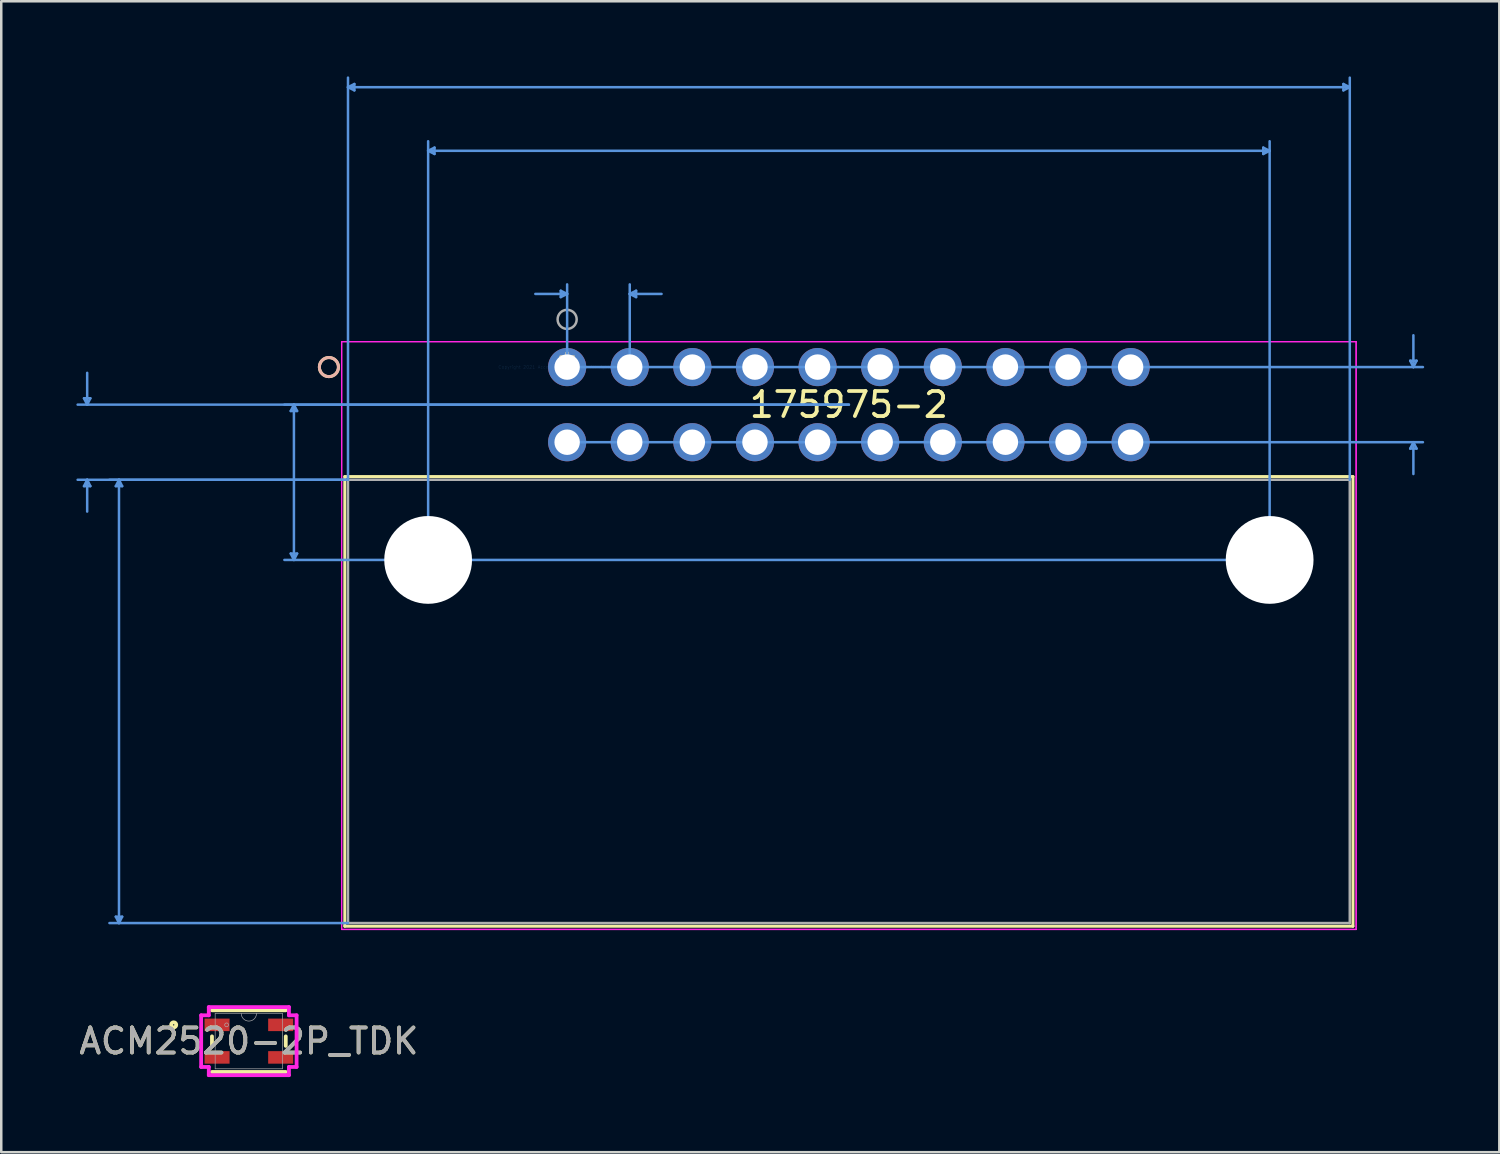
<source format=kicad_pcb>
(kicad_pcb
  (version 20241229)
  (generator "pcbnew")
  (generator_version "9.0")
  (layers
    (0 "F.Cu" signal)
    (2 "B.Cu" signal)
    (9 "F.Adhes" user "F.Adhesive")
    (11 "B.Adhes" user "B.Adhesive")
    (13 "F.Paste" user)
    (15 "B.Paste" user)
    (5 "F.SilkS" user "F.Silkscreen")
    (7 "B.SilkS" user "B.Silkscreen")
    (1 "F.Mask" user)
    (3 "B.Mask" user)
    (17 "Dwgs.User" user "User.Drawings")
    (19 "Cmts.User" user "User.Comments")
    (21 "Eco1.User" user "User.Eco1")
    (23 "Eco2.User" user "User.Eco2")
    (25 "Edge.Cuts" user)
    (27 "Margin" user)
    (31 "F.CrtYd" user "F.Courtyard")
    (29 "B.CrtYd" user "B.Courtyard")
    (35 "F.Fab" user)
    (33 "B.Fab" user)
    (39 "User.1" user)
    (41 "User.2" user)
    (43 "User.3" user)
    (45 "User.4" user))
  (footprint "175975-2"
    (layer "F.Cu")
    (at 19.595 11.607)
    (property "Reference" "175975-2" (at 11.25 1.5 0) (layer "F.SilkS") (effects (font (size 1 1) (thickness 0.15))))
    (attr through_hole)
    (fp_line (start -8.877 4.373) (end -8.877 22.327) (stroke (width 0.12) (type solid)) (layer "F.SilkS"))
    (fp_line (start -8.877 22.327) (end 31.377 22.327) (stroke (width 0.12) (type solid)) (layer "F.SilkS"))
    (fp_line (start 31.377 4.373) (end -8.877 4.373) (stroke (width 0.12) (type solid)) (layer "F.SilkS"))
    (fp_line (start 31.377 22.327) (end 31.377 4.373) (stroke (width 0.12) (type solid)) (layer "F.SilkS"))
    (fp_circle (center -9.512 0) (end -9.131 0) (stroke (width 0.12) (type solid)) (fill no) (layer "F.SilkS"))
    (fp_circle (center -9.512 0) (end -9.131 0) (stroke (width 0.12) (type solid)) (fill no) (layer "B.SilkS"))
    (fp_line (start -19.291 1.246) (end -19.037 1.246) (stroke (width 0.1) (type solid)) (layer "Cmts.User"))
    (fp_line (start -19.291 4.754) (end -19.037 4.754) (stroke (width 0.1) (type solid)) (layer "Cmts.User"))
    (fp_line (start -19.164 1.5) (end -19.291 1.246) (stroke (width 0.1) (type solid)) (layer "Cmts.User"))
    (fp_line (start -19.164 1.5) (end -19.164 0.23) (stroke (width 0.1) (type solid)) (layer "Cmts.User"))
    (fp_line (start -19.164 1.5) (end -19.037 1.246) (stroke (width 0.1) (type solid)) (layer "Cmts.User"))
    (fp_line (start -19.164 4.5) (end -19.291 4.754) (stroke (width 0.1) (type solid)) (layer "Cmts.User"))
    (fp_line (start -19.164 4.5) (end -19.164 5.77) (stroke (width 0.1) (type solid)) (layer "Cmts.User"))
    (fp_line (start -19.164 4.5) (end -19.037 4.754) (stroke (width 0.1) (type solid)) (layer "Cmts.User"))
    (fp_line (start -18.021 4.754) (end -17.767 4.754) (stroke (width 0.1) (type solid)) (layer "Cmts.User"))
    (fp_line (start -18.021 21.946) (end -17.767 21.946) (stroke (width 0.1) (type solid)) (layer "Cmts.User"))
    (fp_line (start -17.894 4.5) (end -18.021 4.754) (stroke (width 0.1) (type solid)) (layer "Cmts.User"))
    (fp_line (start -17.894 4.5) (end -17.894 22.2) (stroke (width 0.1) (type solid)) (layer "Cmts.User"))
    (fp_line (start -17.894 4.5) (end -17.767 4.754) (stroke (width 0.1) (type solid)) (layer "Cmts.User"))
    (fp_line (start -17.894 22.2) (end -18.021 21.946) (stroke (width 0.1) (type solid)) (layer "Cmts.User"))
    (fp_line (start -17.894 22.2) (end -17.767 21.946) (stroke (width 0.1) (type solid)) (layer "Cmts.User"))
    (fp_line (start -11.036 1.754) (end -10.782 1.754) (stroke (width 0.1) (type solid)) (layer "Cmts.User"))
    (fp_line (start -11.036 7.446) (end -10.782 7.446) (stroke (width 0.1) (type solid)) (layer "Cmts.User"))
    (fp_line (start -10.909 1.5) (end -11.036 1.754) (stroke (width 0.1) (type solid)) (layer "Cmts.User"))
    (fp_line (start -10.909 1.5) (end -10.909 7.7) (stroke (width 0.1) (type solid)) (layer "Cmts.User"))
    (fp_line (start -10.909 1.5) (end -10.782 1.754) (stroke (width 0.1) (type solid)) (layer "Cmts.User"))
    (fp_line (start -10.909 7.7) (end -11.036 7.446) (stroke (width 0.1) (type solid)) (layer "Cmts.User"))
    (fp_line (start -10.909 7.7) (end -10.782 7.446) (stroke (width 0.1) (type solid)) (layer "Cmts.User"))
    (fp_line (start -8.75 -11.176) (end -8.496 -11.303) (stroke (width 0.1) (type solid)) (layer "Cmts.User"))
    (fp_line (start -8.75 -11.176) (end -8.496 -11.049) (stroke (width 0.1) (type solid)) (layer "Cmts.User"))
    (fp_line (start -8.75 -11.176) (end 31.25 -11.176) (stroke (width 0.1) (type solid)) (layer "Cmts.User"))
    (fp_line (start -8.75 4.5) (end -19.545 4.5) (stroke (width 0.1) (type solid)) (layer "Cmts.User"))
    (fp_line (start -8.75 4.5) (end -18.275 4.5) (stroke (width 0.1) (type solid)) (layer "Cmts.User"))
    (fp_line (start -8.75 4.5) (end -8.75 -11.557) (stroke (width 0.1) (type solid)) (layer "Cmts.User"))
    (fp_line (start -8.75 22.2) (end -18.275 22.2) (stroke (width 0.1) (type solid)) (layer "Cmts.User"))
    (fp_line (start -8.496 -11.303) (end -8.496 -11.049) (stroke (width 0.1) (type solid)) (layer "Cmts.User"))
    (fp_line (start -5.55 -8.636) (end -5.296 -8.763) (stroke (width 0.1) (type solid)) (layer "Cmts.User"))
    (fp_line (start -5.55 -8.636) (end -5.296 -8.509) (stroke (width 0.1) (type solid)) (layer "Cmts.User"))
    (fp_line (start -5.55 -8.636) (end 28.05 -8.636) (stroke (width 0.1) (type solid)) (layer "Cmts.User"))
    (fp_line (start -5.55 7.7) (end -5.55 -9.017) (stroke (width 0.1) (type solid)) (layer "Cmts.User"))
    (fp_line (start -5.296 -8.763) (end -5.296 -8.509) (stroke (width 0.1) (type solid)) (layer "Cmts.User"))
    (fp_line (start -0.254 -3.048) (end -0.254 -2.794) (stroke (width 0.1) (type solid)) (layer "Cmts.User"))
    (fp_line (start 0 -2.921) (end -1.27 -2.921) (stroke (width 0.1) (type solid)) (layer "Cmts.User"))
    (fp_line (start 0 -2.921) (end -0.254 -3.048) (stroke (width 0.1) (type solid)) (layer "Cmts.User"))
    (fp_line (start 0 -2.921) (end -0.254 -2.794) (stroke (width 0.1) (type solid)) (layer "Cmts.User"))
    (fp_line (start 0 0) (end 0 -3.302) (stroke (width 0.1) (type solid)) (layer "Cmts.User"))
    (fp_line (start 0 0) (end 34.171 0) (stroke (width 0.1) (type solid)) (layer "Cmts.User"))
    (fp_line (start 0 3) (end 34.171 3) (stroke (width 0.1) (type solid)) (layer "Cmts.User"))
    (fp_line (start 2.5 -2.921) (end 2.754 -3.048) (stroke (width 0.1) (type solid)) (layer "Cmts.User"))
    (fp_line (start 2.5 -2.921) (end 2.754 -2.794) (stroke (width 0.1) (type solid)) (layer "Cmts.User"))
    (fp_line (start 2.5 -2.921) (end 3.77 -2.921) (stroke (width 0.1) (type solid)) (layer "Cmts.User"))
    (fp_line (start 2.5 0) (end 2.5 -3.302) (stroke (width 0.1) (type solid)) (layer "Cmts.User"))
    (fp_line (start 2.754 -3.048) (end 2.754 -2.794) (stroke (width 0.1) (type solid)) (layer "Cmts.User"))
    (fp_line (start 11.25 1.5) (end -19.545 1.5) (stroke (width 0.1) (type solid)) (layer "Cmts.User"))
    (fp_line (start 11.25 1.5) (end -11.29 1.5) (stroke (width 0.1) (type solid)) (layer "Cmts.User"))
    (fp_line (start 27.796 -8.763) (end 27.796 -8.509) (stroke (width 0.1) (type solid)) (layer "Cmts.User"))
    (fp_line (start 28.05 -8.636) (end 27.796 -8.763) (stroke (width 0.1) (type solid)) (layer "Cmts.User"))
    (fp_line (start 28.05 -8.636) (end 27.796 -8.509) (stroke (width 0.1) (type solid)) (layer "Cmts.User"))
    (fp_line (start 28.05 7.7) (end -11.29 7.7) (stroke (width 0.1) (type solid)) (layer "Cmts.User"))
    (fp_line (start 28.05 7.7) (end 28.05 -9.017) (stroke (width 0.1) (type solid)) (layer "Cmts.User"))
    (fp_line (start 30.996 -11.303) (end 30.996 -11.049) (stroke (width 0.1) (type solid)) (layer "Cmts.User"))
    (fp_line (start 31.25 -11.176) (end 30.996 -11.303) (stroke (width 0.1) (type solid)) (layer "Cmts.User"))
    (fp_line (start 31.25 -11.176) (end 30.996 -11.049) (stroke (width 0.1) (type solid)) (layer "Cmts.User"))
    (fp_line (start 31.25 4.5) (end 31.25 -11.557) (stroke (width 0.1) (type solid)) (layer "Cmts.User"))
    (fp_line (start 33.663 -0.254) (end 33.917 -0.254) (stroke (width 0.1) (type solid)) (layer "Cmts.User"))
    (fp_line (start 33.663 3.254) (end 33.917 3.254) (stroke (width 0.1) (type solid)) (layer "Cmts.User"))
    (fp_line (start 33.79 0) (end 33.663 -0.254) (stroke (width 0.1) (type solid)) (layer "Cmts.User"))
    (fp_line (start 33.79 0) (end 33.79 -1.27) (stroke (width 0.1) (type solid)) (layer "Cmts.User"))
    (fp_line (start 33.79 0) (end 33.917 -0.254) (stroke (width 0.1) (type solid)) (layer "Cmts.User"))
    (fp_line (start 33.79 3) (end 33.663 3.254) (stroke (width 0.1) (type solid)) (layer "Cmts.User"))
    (fp_line (start 33.79 3) (end 33.79 4.27) (stroke (width 0.1) (type solid)) (layer "Cmts.User"))
    (fp_line (start 33.79 3) (end 33.917 3.254) (stroke (width 0.1) (type solid)) (layer "Cmts.User"))
    (fp_line (start -9.004 -1.016) (end -9.004 22.454) (stroke (width 0.05) (type solid)) (layer "F.CrtYd"))
    (fp_line (start -9.004 -1.016) (end -9.004 22.454) (stroke (width 0.05) (type solid)) (layer "F.CrtYd"))
    (fp_line (start -9.004 22.454) (end 31.504 22.454) (stroke (width 0.05) (type solid)) (layer "F.CrtYd"))
    (fp_line (start -9.004 22.454) (end 31.504 22.454) (stroke (width 0.05) (type solid)) (layer "F.CrtYd"))
    (fp_line (start 31.504 -1.016) (end -9.004 -1.016) (stroke (width 0.05) (type solid)) (layer "F.CrtYd"))
    (fp_line (start 31.504 -1.016) (end -9.004 -1.016) (stroke (width 0.05) (type solid)) (layer "F.CrtYd"))
    (fp_line (start 31.504 22.454) (end 31.504 -1.016) (stroke (width 0.05) (type solid)) (layer "F.CrtYd"))
    (fp_line (start 31.504 22.454) (end 31.504 -1.016) (stroke (width 0.05) (type solid)) (layer "F.CrtYd"))
    (fp_line (start -8.75 4.5) (end -8.75 22.2) (stroke (width 0.1) (type solid)) (layer "F.Fab"))
    (fp_line (start -8.75 22.2) (end 31.25 22.2) (stroke (width 0.1) (type solid)) (layer "F.Fab"))
    (fp_line (start 31.25 4.5) (end -8.75 4.5) (stroke (width 0.1) (type solid)) (layer "F.Fab"))
    (fp_line (start 31.25 22.2) (end 31.25 4.5) (stroke (width 0.1) (type solid)) (layer "F.Fab"))
    (fp_circle (center 0 -1.905) (end 0.381 -1.905) (stroke (width 0.1) (type solid)) (fill no) (layer "F.Fab"))
    (fp_text user "*" (at 0 0 0) (layer "F.SilkS") (effects (font (size 1 1) (thickness 0.15))))
    (fp_text user "Copyright 2021 Accelerated Designs. All rights reserved." (at 0 0 0) (layer "Cmts.User") (effects (font (size 0.127 0.127) (thickness 0.002))))
    (fp_text user "*" (at 0 0 0) (layer "F.Fab") (effects (font (size 1 1) (thickness 0.15))))
    (pad "" np_thru_hole circle (at -5.55 7.7) (size 3.505 3.505) (drill 3.505) (layers "*.Cu" "*.Mask"))
    (pad "" np_thru_hole circle (at 28.05 7.7) (size 3.505 3.505) (drill 3.505) (layers "*.Cu" "*.Mask"))
    (pad "1" thru_hole circle (at 0 0) (size 1.524 1.524) (drill 1.016) (layers "*.Cu" "*.Mask"))
    (pad "2" thru_hole circle (at 2.5 0) (size 1.524 1.524) (drill 1.016) (layers "*.Cu" "*.Mask"))
    (pad "3" thru_hole circle (at 5 0) (size 1.524 1.524) (drill 1.016) (layers "*.Cu" "*.Mask"))
    (pad "4" thru_hole circle (at 7.5 0) (size 1.524 1.524) (drill 1.016) (layers "*.Cu" "*.Mask"))
    (pad "5" thru_hole circle (at 10 0) (size 1.524 1.524) (drill 1.016) (layers "*.Cu" "*.Mask"))
    (pad "6" thru_hole circle (at 12.5 0) (size 1.524 1.524) (drill 1.016) (layers "*.Cu" "*.Mask"))
    (pad "7" thru_hole circle (at 15 0) (size 1.524 1.524) (drill 1.016) (layers "*.Cu" "*.Mask"))
    (pad "8" thru_hole circle (at 17.5 0) (size 1.524 1.524) (drill 1.016) (layers "*.Cu" "*.Mask"))
    (pad "9" thru_hole circle (at 20 0) (size 1.524 1.524) (drill 1.016) (layers "*.Cu" "*.Mask"))
    (pad "10" thru_hole circle (at 22.5 0) (size 1.524 1.524) (drill 1.016) (layers "*.Cu" "*.Mask"))
    (pad "11" thru_hole circle (at 0 3) (size 1.524 1.524) (drill 1.016) (layers "*.Cu" "*.Mask"))
    (pad "12" thru_hole circle (at 2.5 3) (size 1.524 1.524) (drill 1.016) (layers "*.Cu" "*.Mask"))
    (pad "13" thru_hole circle (at 5 3) (size 1.524 1.524) (drill 1.016) (layers "*.Cu" "*.Mask"))
    (pad "14" thru_hole circle (at 7.5 3) (size 1.524 1.524) (drill 1.016) (layers "*.Cu" "*.Mask"))
    (pad "15" thru_hole circle (at 10 3) (size 1.524 1.524) (drill 1.016) (layers "*.Cu" "*.Mask"))
    (pad "16" thru_hole circle (at 12.5 3) (size 1.524 1.524) (drill 1.016) (layers "*.Cu" "*.Mask"))
    (pad "17" thru_hole circle (at 15 3) (size 1.524 1.524) (drill 1.016) (layers "*.Cu" "*.Mask"))
    (pad "18" thru_hole circle (at 17.5 3) (size 1.524 1.524) (drill 1.016) (layers "*.Cu" "*.Mask"))
    (pad "19" thru_hole circle (at 20 3) (size 1.524 1.524) (drill 1.016) (layers "*.Cu" "*.Mask"))
    (pad "20" thru_hole circle (at 22.5 3) (size 1.524 1.524) (drill 1.016) (layers "*.Cu" "*.Mask")))
  (footprint "ACM2520-2P_TDK"
    (layer "F.Cu")
    (at 6.887 38.521)
    (property "Reference" "ACM2520-2P_TDK" (at 0 0 0) (unlocked yes) (layer "F.SilkS") (effects (font (size 1 1) (thickness 0.15))))
    (attr smd)
    (fp_line (start -1.473 -0.19) (end -1.473 0.19) (stroke (width 0.152) (type solid)) (layer "F.SilkS"))
    (fp_line (start -1.473 1.232) (end 1.473 1.232) (stroke (width 0.152) (type solid)) (layer "F.SilkS"))
    (fp_line (start 1.473 -1.232) (end -1.473 -1.232) (stroke (width 0.152) (type solid)) (layer "F.SilkS"))
    (fp_line (start 1.473 0.19) (end 1.473 -0.19) (stroke (width 0.152) (type solid)) (layer "F.SilkS"))
    (fp_circle (center -3.002 -0.65) (end -2.9 -0.65) (stroke (width 0.152) (type solid)) (fill no) (layer "F.SilkS"))
    (fp_line (start -1.905 -1.031) (end -1.6 -1.031) (stroke (width 0.152) (type solid)) (layer "F.CrtYd"))
    (fp_line (start -1.905 1.031) (end -1.905 -1.031) (stroke (width 0.152) (type solid)) (layer "F.CrtYd"))
    (fp_line (start -1.905 1.031) (end -1.6 1.031) (stroke (width 0.152) (type solid)) (layer "F.CrtYd"))
    (fp_line (start -1.6 -1.359) (end 1.6 -1.359) (stroke (width 0.152) (type solid)) (layer "F.CrtYd"))
    (fp_line (start -1.6 -1.031) (end -1.6 -1.359) (stroke (width 0.152) (type solid)) (layer "F.CrtYd"))
    (fp_line (start -1.6 1.359) (end -1.6 1.031) (stroke (width 0.152) (type solid)) (layer "F.CrtYd"))
    (fp_line (start 1.6 -1.359) (end 1.6 -1.031) (stroke (width 0.152) (type solid)) (layer "F.CrtYd"))
    (fp_line (start 1.6 1.031) (end 1.6 1.359) (stroke (width 0.152) (type solid)) (layer "F.CrtYd"))
    (fp_line (start 1.6 1.359) (end -1.6 1.359) (stroke (width 0.152) (type solid)) (layer "F.CrtYd"))
    (fp_line (start 1.905 -1.031) (end 1.6 -1.031) (stroke (width 0.152) (type solid)) (layer "F.CrtYd"))
    (fp_line (start 1.905 -1.031) (end 1.905 1.031) (stroke (width 0.152) (type solid)) (layer "F.CrtYd"))
    (fp_line (start 1.905 1.031) (end 1.6 1.031) (stroke (width 0.152) (type solid)) (layer "F.CrtYd"))
    (fp_line (start -1.346 -1.105) (end -1.346 1.105) (stroke (width 0.025) (type solid)) (layer "F.Fab"))
    (fp_line (start -1.346 1.105) (end 1.346 1.105) (stroke (width 0.025) (type solid)) (layer "F.Fab"))
    (fp_line (start 1.346 -1.105) (end -1.346 -1.105) (stroke (width 0.025) (type solid)) (layer "F.Fab"))
    (fp_line (start 1.346 1.105) (end 1.346 -1.105) (stroke (width 0.025) (type solid)) (layer "F.Fab"))
    (fp_arc (start 0.3048 -1.1049) (mid 0 -0.8001) (end -0.3048 -1.1049) (stroke (width 0.0254) (type solid)) (layer "F.Fab"))
    (fp_circle (center -0.889 -0.65) (end -0.813 -0.65) (stroke (width 0.025) (type solid)) (fill no) (layer "F.Fab"))
    (fp_text user "${REFERENCE}" (at 0 0 0) (unlocked yes) (layer "F.Fab") (effects (font (size 1 1) (thickness 0.15))))
    (pad "1" smd rect (at -1.27 -0.65) (size 1 0.5) (layers "F.Cu" "F.Mask" "F.Paste"))
    (pad "2" smd rect (at -1.27 0.65) (size 1 0.5) (layers "F.Cu" "F.Mask" "F.Paste"))
    (pad "3" smd rect (at 1.27 0.65) (size 1 0.5) (layers "F.Cu" "F.Mask" "F.Paste"))
    (pad "4" smd rect (at 1.27 -0.65) (size 1 0.5) (layers "F.Cu" "F.Mask" "F.Paste")))
  (gr_rect
    (start -3 -3)
    (end 56.816 42.956)
    (stroke (width 0.1) (type default))
    (fill no)
    (layer "Edge.Cuts")))
</source>
